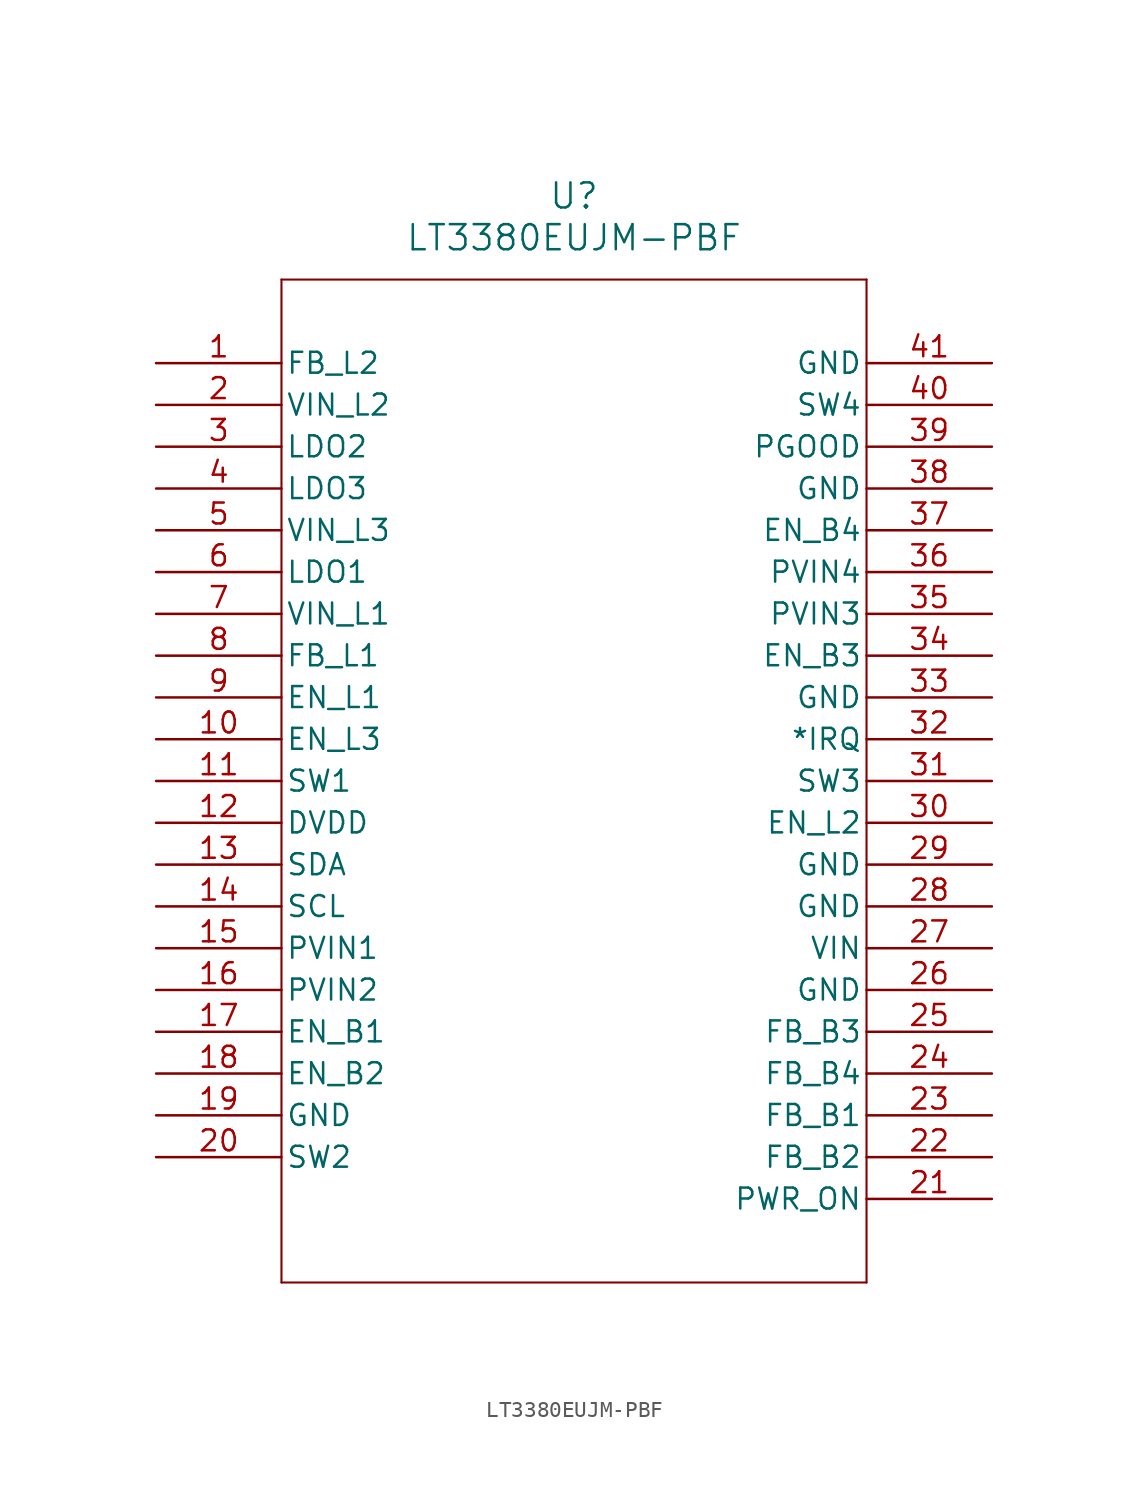
<source format=kicad_sym>
(kicad_symbol_lib
  (version 20211014)
  (generator kicad_symbol_editor)
  (symbol "LT3380EUJM-PBF"
    (pin_names
      (offset 0.254))
    (property "Reference" "U"
      (at 25.4 10.16 0)
      (effects (font (size 1.524 1.524))))
    (property "Value" "LT3380EUJM-PBF"
      (at 25.4 7.62 0)
      (effects (font (size 1.524 1.524))))
    (symbol "LT3380EUJM-PBF_0_1"
      (polyline (pts (xy 7.62 5.08) (xy 7.62 -55.88)) (stroke (width 0.127) (type default) (color 0 0 0 0)) (fill (type none)))
      (polyline (pts (xy 7.62 -55.88) (xy 43.18 -55.88)) (stroke (width 0.127) (type default) (color 0 0 0 0)) (fill (type none)))
      (polyline (pts (xy 43.18 -55.88) (xy 43.18 5.08)) (stroke (width 0.127) (type default) (color 0 0 0 0)) (fill (type none)))
      (polyline (pts (xy 43.18 5.08) (xy 7.62 5.08)) (stroke (width 0.127) (type default) (color 0 0 0 0)) (fill (type none)))
      (pin input line (at 0 0 0) (length 7.62) (name "FB_L2" (effects (font (size 1.27 1.27)))) (number "1" (effects (font (size 1.27 1.27)))))
      (pin power_in line (at 0 -2.54 0) (length 7.62) (name "VIN_L2" (effects (font (size 1.27 1.27)))) (number "2" (effects (font (size 1.27 1.27)))))
      (pin output line (at 0 -5.08 0) (length 7.62) (name "LDO2" (effects (font (size 1.27 1.27)))) (number "3" (effects (font (size 1.27 1.27)))))
      (pin output line (at 0 -7.62 0) (length 7.62) (name "LDO3" (effects (font (size 1.27 1.27)))) (number "4" (effects (font (size 1.27 1.27)))))
      (pin power_in line (at 0 -10.16 0) (length 7.62) (name "VIN_L3" (effects (font (size 1.27 1.27)))) (number "5" (effects (font (size 1.27 1.27)))))
      (pin output line (at 0 -12.7 0) (length 7.62) (name "LDO1" (effects (font (size 1.27 1.27)))) (number "6" (effects (font (size 1.27 1.27)))))
      (pin power_in line (at 0 -15.24 0) (length 7.62) (name "VIN_L1" (effects (font (size 1.27 1.27)))) (number "7" (effects (font (size 1.27 1.27)))))
      (pin input line (at 0 -17.78 0) (length 7.62) (name "FB_L1" (effects (font (size 1.27 1.27)))) (number "8" (effects (font (size 1.27 1.27)))))
      (pin input line (at 0 -20.32 0) (length 7.62) (name "EN_L1" (effects (font (size 1.27 1.27)))) (number "9" (effects (font (size 1.27 1.27)))))
      (pin input line (at 0 -22.86 0) (length 7.62) (name "EN_L3" (effects (font (size 1.27 1.27)))) (number "10" (effects (font (size 1.27 1.27)))))
      (pin unspecified line (at 0 -25.4 0) (length 7.62) (name "SW1" (effects (font (size 1.27 1.27)))) (number "11" (effects (font (size 1.27 1.27)))))
      (pin power_in line (at 0 -27.94 0) (length 7.62) (name "DVDD" (effects (font (size 1.27 1.27)))) (number "12" (effects (font (size 1.27 1.27)))))
      (pin bidirectional line (at 0 -30.48 0) (length 7.62) (name "SDA" (effects (font (size 1.27 1.27)))) (number "13" (effects (font (size 1.27 1.27)))))
      (pin input line (at 0 -33.02 0) (length 7.62) (name "SCL" (effects (font (size 1.27 1.27)))) (number "14" (effects (font (size 1.27 1.27)))))
      (pin power_in line (at 0 -35.56 0) (length 7.62) (name "PVIN1" (effects (font (size 1.27 1.27)))) (number "15" (effects (font (size 1.27 1.27)))))
      (pin power_in line (at 0 -38.1 0) (length 7.62) (name "PVIN2" (effects (font (size 1.27 1.27)))) (number "16" (effects (font (size 1.27 1.27)))))
      (pin input line (at 0 -40.64 0) (length 7.62) (name "EN_B1" (effects (font (size 1.27 1.27)))) (number "17" (effects (font (size 1.27 1.27)))))
      (pin input line (at 0 -43.18 0) (length 7.62) (name "EN_B2" (effects (font (size 1.27 1.27)))) (number "18" (effects (font (size 1.27 1.27)))))
      (pin power_out line (at 0 -45.72 0) (length 7.62) (name "GND" (effects (font (size 1.27 1.27)))) (number "19" (effects (font (size 1.27 1.27)))))
      (pin unspecified line (at 0 -48.26 0) (length 7.62) (name "SW2" (effects (font (size 1.27 1.27)))) (number "20" (effects (font (size 1.27 1.27)))))
      (pin input line (at 50.8 -50.8 180) (length 7.62) (name "PWR_ON" (effects (font (size 1.27 1.27)))) (number "21" (effects (font (size 1.27 1.27)))))
      (pin input line (at 50.8 -48.26 180) (length 7.62) (name "FB_B2" (effects (font (size 1.27 1.27)))) (number "22" (effects (font (size 1.27 1.27)))))
      (pin input line (at 50.8 -45.72 180) (length 7.62) (name "FB_B1" (effects (font (size 1.27 1.27)))) (number "23" (effects (font (size 1.27 1.27)))))
      (pin input line (at 50.8 -43.18 180) (length 7.62) (name "FB_B4" (effects (font (size 1.27 1.27)))) (number "24" (effects (font (size 1.27 1.27)))))
      (pin input line (at 50.8 -40.64 180) (length 7.62) (name "FB_B3" (effects (font (size 1.27 1.27)))) (number "25" (effects (font (size 1.27 1.27)))))
      (pin power_out line (at 50.8 -38.1 180) (length 7.62) (name "GND" (effects (font (size 1.27 1.27)))) (number "26" (effects (font (size 1.27 1.27)))))
      (pin power_in line (at 50.8 -35.56 180) (length 7.62) (name "VIN" (effects (font (size 1.27 1.27)))) (number "27" (effects (font (size 1.27 1.27)))))
      (pin power_out line (at 50.8 -33.02 180) (length 7.62) (name "GND" (effects (font (size 1.27 1.27)))) (number "28" (effects (font (size 1.27 1.27)))))
      (pin power_out line (at 50.8 -30.48 180) (length 7.62) (name "GND" (effects (font (size 1.27 1.27)))) (number "29" (effects (font (size 1.27 1.27)))))
      (pin input line (at 50.8 -27.94 180) (length 7.62) (name "EN_L2" (effects (font (size 1.27 1.27)))) (number "30" (effects (font (size 1.27 1.27)))))
      (pin unspecified line (at 50.8 -25.4 180) (length 7.62) (name "SW3" (effects (font (size 1.27 1.27)))) (number "31" (effects (font (size 1.27 1.27)))))
      (pin output line (at 50.8 -22.86 180) (length 7.62) (name "*IRQ" (effects (font (size 1.27 1.27)))) (number "32" (effects (font (size 1.27 1.27)))))
      (pin power_out line (at 50.8 -20.32 180) (length 7.62) (name "GND" (effects (font (size 1.27 1.27)))) (number "33" (effects (font (size 1.27 1.27)))))
      (pin input line (at 50.8 -17.78 180) (length 7.62) (name "EN_B3" (effects (font (size 1.27 1.27)))) (number "34" (effects (font (size 1.27 1.27)))))
      (pin power_in line (at 50.8 -15.24 180) (length 7.62) (name "PVIN3" (effects (font (size 1.27 1.27)))) (number "35" (effects (font (size 1.27 1.27)))))
      (pin power_in line (at 50.8 -12.7 180) (length 7.62) (name "PVIN4" (effects (font (size 1.27 1.27)))) (number "36" (effects (font (size 1.27 1.27)))))
      (pin input line (at 50.8 -10.16 180) (length 7.62) (name "EN_B4" (effects (font (size 1.27 1.27)))) (number "37" (effects (font (size 1.27 1.27)))))
      (pin power_out line (at 50.8 -7.62 180) (length 7.62) (name "GND" (effects (font (size 1.27 1.27)))) (number "38" (effects (font (size 1.27 1.27)))))
      (pin output line (at 50.8 -5.08 180) (length 7.62) (name "PGOOD" (effects (font (size 1.27 1.27)))) (number "39" (effects (font (size 1.27 1.27)))))
      (pin unspecified line (at 50.8 -2.54 180) (length 7.62) (name "SW4" (effects (font (size 1.27 1.27)))) (number "40" (effects (font (size 1.27 1.27)))))
      (pin power_out line (at 50.8 0 180) (length 7.62) (name "GND" (effects (font (size 1.27 1.27)))) (number "41" (effects (font (size 1.27 1.27))))))))
</source>
